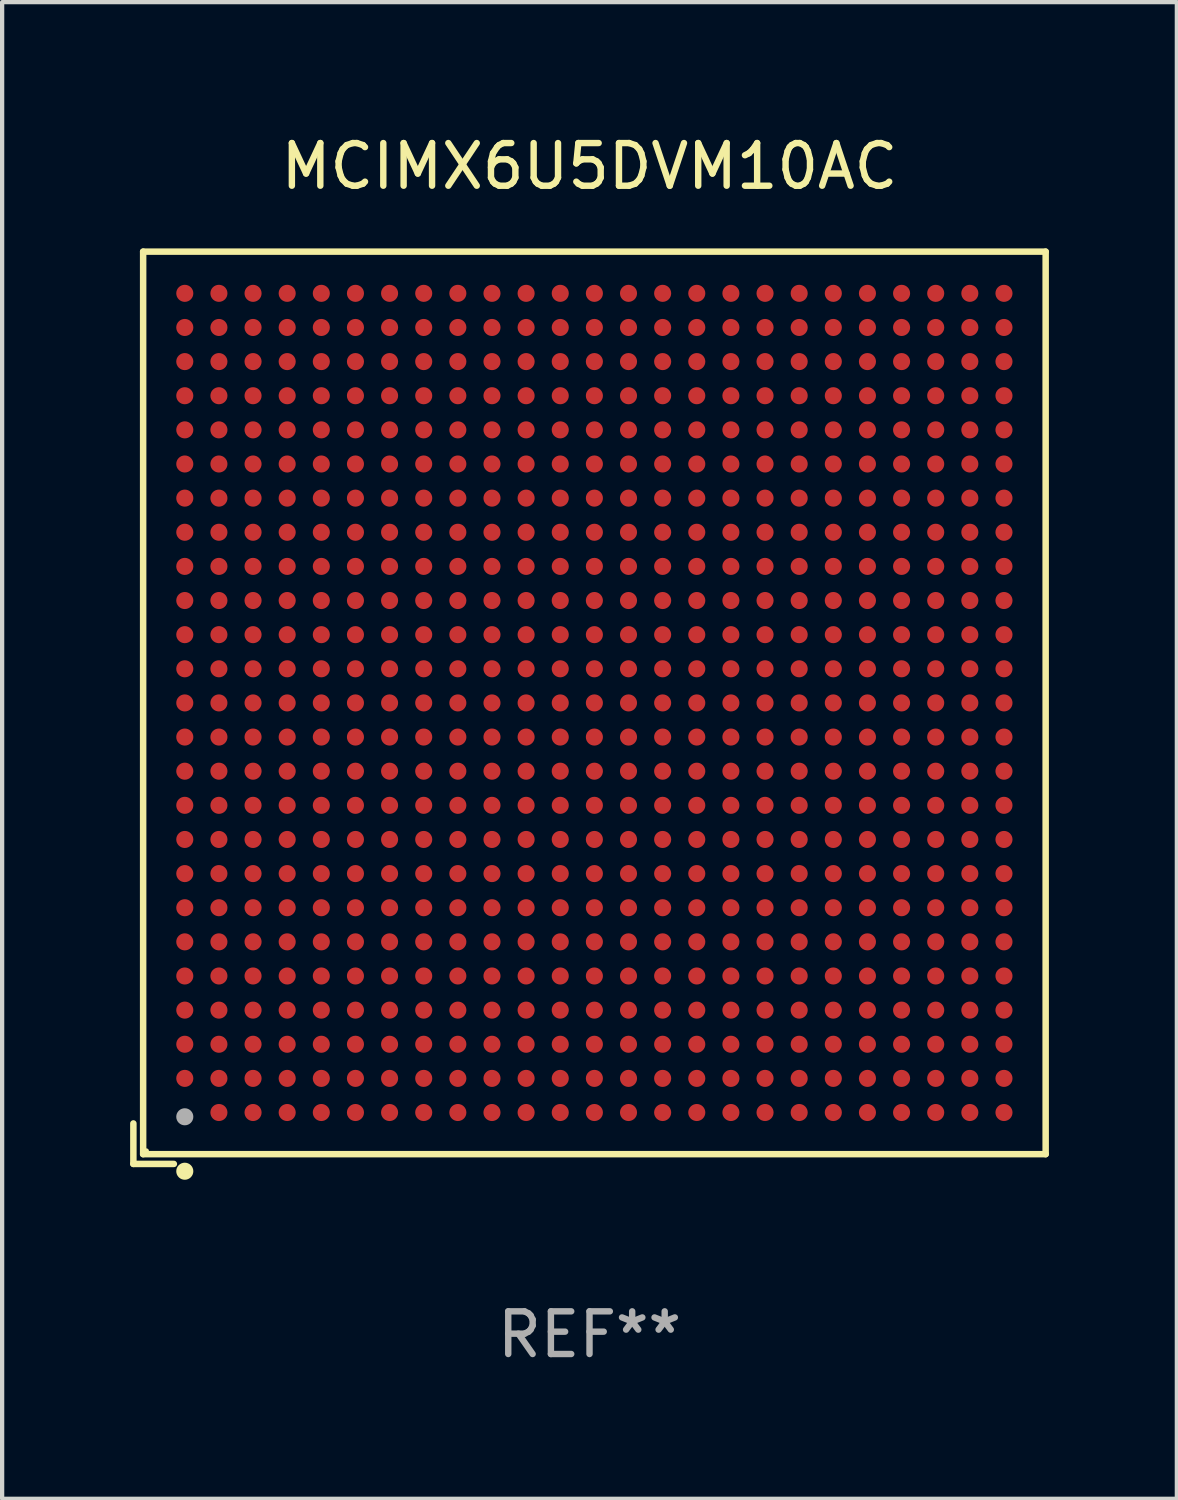
<source format=kicad_pcb>
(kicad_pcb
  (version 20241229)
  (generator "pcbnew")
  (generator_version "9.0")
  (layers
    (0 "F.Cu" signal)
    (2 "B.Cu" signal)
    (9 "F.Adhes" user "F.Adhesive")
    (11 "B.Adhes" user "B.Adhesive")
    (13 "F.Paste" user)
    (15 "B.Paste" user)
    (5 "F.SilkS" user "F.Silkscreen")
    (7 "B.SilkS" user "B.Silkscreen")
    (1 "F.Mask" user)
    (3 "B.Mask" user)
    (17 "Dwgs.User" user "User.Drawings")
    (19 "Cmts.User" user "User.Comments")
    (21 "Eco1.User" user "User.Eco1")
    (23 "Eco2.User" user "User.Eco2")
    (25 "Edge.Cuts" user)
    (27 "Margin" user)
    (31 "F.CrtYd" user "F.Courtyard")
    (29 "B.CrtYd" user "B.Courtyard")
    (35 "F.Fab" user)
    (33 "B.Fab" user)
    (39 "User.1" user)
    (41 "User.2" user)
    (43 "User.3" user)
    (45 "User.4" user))
  (footprint "MCIMX6U5DVM10AC"
    (layer "F.Cu")
    (at 10.767 13.539)
    (property "Reference" "MCIMX6U5DVM10AC" (at 0 -12.691 0) (layer "F.SilkS") (effects (font (size 1 1) (thickness 0.15))))
    (attr through_hole)
    (fp_line (start -10.691 9.742) (end -10.691 10.691) (stroke (width 0.152) (type solid)) (layer "F.SilkS"))
    (fp_line (start -10.691 10.691) (end -9.742 10.691) (stroke (width 0.152) (type solid)) (layer "F.SilkS"))
    (fp_line (start -10.462 -10.691) (end 10.691 -10.691) (stroke (width 0.152) (type solid)) (layer "F.SilkS"))
    (fp_line (start -10.462 10.462) (end -10.462 -10.691) (stroke (width 0.152) (type solid)) (layer "F.SilkS"))
    (fp_line (start 10.691 -10.691) (end 10.691 10.462) (stroke (width 0.152) (type solid)) (layer "F.SilkS"))
    (fp_line (start 10.691 10.462) (end -10.462 10.462) (stroke (width 0.152) (type solid)) (layer "F.SilkS"))
    (fp_circle (center -10.386 10.386) (end -10.356 10.386) (stroke (width 0.06) (type solid)) (fill no) (layer "F.SilkS"))
    (fp_circle (center -9.486 10.862) (end -9.386 10.862) (stroke (width 0.2) (type solid)) (fill no) (layer "F.SilkS"))
    (fp_circle (center -9.486 9.586) (end -9.386 9.586) (stroke (width 0.2) (type solid)) (fill no) (layer "F.Fab"))
    (fp_text user "REF**" (at 0 14.691 0) (layer "F.Fab") (effects (font (size 1 1) (thickness 0.15))))
    (pad "A2" smd circle (at -9.486 8.686) (size 0.4 0.4) (layers "F.Cu" "F.Mask" "F.Paste"))
    (pad "A3" smd circle (at -9.486 7.886) (size 0.4 0.4) (layers "F.Cu" "F.Mask" "F.Paste"))
    (pad "A4" smd circle (at -9.486 7.086) (size 0.4 0.4) (layers "F.Cu" "F.Mask" "F.Paste"))
    (pad "A5" smd circle (at -9.486 6.286) (size 0.4 0.4) (layers "F.Cu" "F.Mask" "F.Paste"))
    (pad "A6" smd circle (at -9.486 5.486) (size 0.4 0.4) (layers "F.Cu" "F.Mask" "F.Paste"))
    (pad "A7" smd circle (at -9.486 4.686) (size 0.4 0.4) (layers "F.Cu" "F.Mask" "F.Paste"))
    (pad "A8" smd circle (at -9.486 3.886) (size 0.4 0.4) (layers "F.Cu" "F.Mask" "F.Paste"))
    (pad "A9" smd circle (at -9.486 3.086) (size 0.4 0.4) (layers "F.Cu" "F.Mask" "F.Paste"))
    (pad "A10" smd circle (at -9.486 2.286) (size 0.4 0.4) (layers "F.Cu" "F.Mask" "F.Paste"))
    (pad "A11" smd circle (at -9.486 1.486) (size 0.4 0.4) (layers "F.Cu" "F.Mask" "F.Paste"))
    (pad "A12" smd circle (at -9.486 0.686) (size 0.4 0.4) (layers "F.Cu" "F.Mask" "F.Paste"))
    (pad "A13" smd circle (at -9.486 -0.114) (size 0.4 0.4) (layers "F.Cu" "F.Mask" "F.Paste"))
    (pad "A14" smd circle (at -9.486 -0.914) (size 0.4 0.4) (layers "F.Cu" "F.Mask" "F.Paste"))
    (pad "A15" smd circle (at -9.486 -1.714) (size 0.4 0.4) (layers "F.Cu" "F.Mask" "F.Paste"))
    (pad "A16" smd circle (at -9.486 -2.514) (size 0.4 0.4) (layers "F.Cu" "F.Mask" "F.Paste"))
    (pad "A17" smd circle (at -9.486 -3.314) (size 0.4 0.4) (layers "F.Cu" "F.Mask" "F.Paste"))
    (pad "A18" smd circle (at -9.486 -4.114) (size 0.4 0.4) (layers "F.Cu" "F.Mask" "F.Paste"))
    (pad "A19" smd circle (at -9.486 -4.914) (size 0.4 0.4) (layers "F.Cu" "F.Mask" "F.Paste"))
    (pad "A20" smd circle (at -9.486 -5.714) (size 0.4 0.4) (layers "F.Cu" "F.Mask" "F.Paste"))
    (pad "A21" smd circle (at -9.486 -6.514) (size 0.4 0.4) (layers "F.Cu" "F.Mask" "F.Paste"))
    (pad "A22" smd circle (at -9.486 -7.314) (size 0.4 0.4) (layers "F.Cu" "F.Mask" "F.Paste"))
    (pad "A23" smd circle (at -9.486 -8.114) (size 0.4 0.4) (layers "F.Cu" "F.Mask" "F.Paste"))
    (pad "A24" smd circle (at -9.486 -8.914) (size 0.4 0.4) (layers "F.Cu" "F.Mask" "F.Paste"))
    (pad "A25" smd circle (at -9.486 -9.714) (size 0.4 0.4) (layers "F.Cu" "F.Mask" "F.Paste"))
    (pad "AA1" smd circle (at 6.514 9.486) (size 0.4 0.4) (layers "F.Cu" "F.Mask" "F.Paste"))
    (pad "AA2" smd circle (at 6.514 8.686) (size 0.4 0.4) (layers "F.Cu" "F.Mask" "F.Paste"))
    (pad "AA3" smd circle (at 6.514 7.886) (size 0.4 0.4) (layers "F.Cu" "F.Mask" "F.Paste"))
    (pad "AA4" smd circle (at 6.514 7.086) (size 0.4 0.4) (layers "F.Cu" "F.Mask" "F.Paste"))
    (pad "AA5" smd circle (at 6.514 6.286) (size 0.4 0.4) (layers "F.Cu" "F.Mask" "F.Paste"))
    (pad "AA6" smd circle (at 6.514 5.486) (size 0.4 0.4) (layers "F.Cu" "F.Mask" "F.Paste"))
    (pad "AA7" smd circle (at 6.514 4.686) (size 0.4 0.4) (layers "F.Cu" "F.Mask" "F.Paste"))
    (pad "AA8" smd circle (at 6.514 3.886) (size 0.4 0.4) (layers "F.Cu" "F.Mask" "F.Paste"))
    (pad "AA9" smd circle (at 6.514 3.086) (size 0.4 0.4) (layers "F.Cu" "F.Mask" "F.Paste"))
    (pad "AA10" smd circle (at 6.514 2.286) (size 0.4 0.4) (layers "F.Cu" "F.Mask" "F.Paste"))
    (pad "AA11" smd circle (at 6.514 1.486) (size 0.4 0.4) (layers "F.Cu" "F.Mask" "F.Paste"))
    (pad "AA12" smd circle (at 6.514 0.686) (size 0.4 0.4) (layers "F.Cu" "F.Mask" "F.Paste"))
    (pad "AA13" smd circle (at 6.514 -0.114) (size 0.4 0.4) (layers "F.Cu" "F.Mask" "F.Paste"))
    (pad "AA14" smd circle (at 6.514 -0.914) (size 0.4 0.4) (layers "F.Cu" "F.Mask" "F.Paste"))
    (pad "AA15" smd circle (at 6.514 -1.714) (size 0.4 0.4) (layers "F.Cu" "F.Mask" "F.Paste"))
    (pad "AA16" smd circle (at 6.514 -2.514) (size 0.4 0.4) (layers "F.Cu" "F.Mask" "F.Paste"))
    (pad "AA17" smd circle (at 6.514 -3.314) (size 0.4 0.4) (layers "F.Cu" "F.Mask" "F.Paste"))
    (pad "AA18" smd circle (at 6.514 -4.114) (size 0.4 0.4) (layers "F.Cu" "F.Mask" "F.Paste"))
    (pad "AA19" smd circle (at 6.514 -4.914) (size 0.4 0.4) (layers "F.Cu" "F.Mask" "F.Paste"))
    (pad "AA20" smd circle (at 6.514 -5.714) (size 0.4 0.4) (layers "F.Cu" "F.Mask" "F.Paste"))
    (pad "AA21" smd circle (at 6.514 -6.514) (size 0.4 0.4) (layers "F.Cu" "F.Mask" "F.Paste"))
    (pad "AA22" smd circle (at 6.514 -7.314) (size 0.4 0.4) (layers "F.Cu" "F.Mask" "F.Paste"))
    (pad "AA23" smd circle (at 6.514 -8.114) (size 0.4 0.4) (layers "F.Cu" "F.Mask" "F.Paste"))
    (pad "AA24" smd circle (at 6.514 -8.914) (size 0.4 0.4) (layers "F.Cu" "F.Mask" "F.Paste"))
    (pad "AA25" smd circle (at 6.514 -9.714) (size 0.4 0.4) (layers "F.Cu" "F.Mask" "F.Paste"))
    (pad "AB1" smd circle (at 7.314 9.486) (size 0.4 0.4) (layers "F.Cu" "F.Mask" "F.Paste"))
    (pad "AB2" smd circle (at 7.314 8.686) (size 0.4 0.4) (layers "F.Cu" "F.Mask" "F.Paste"))
    (pad "AB3" smd circle (at 7.314 7.886) (size 0.4 0.4) (layers "F.Cu" "F.Mask" "F.Paste"))
    (pad "AB4" smd circle (at 7.314 7.086) (size 0.4 0.4) (layers "F.Cu" "F.Mask" "F.Paste"))
    (pad "AB5" smd circle (at 7.314 6.286) (size 0.4 0.4) (layers "F.Cu" "F.Mask" "F.Paste"))
    (pad "AB6" smd circle (at 7.314 5.486) (size 0.4 0.4) (layers "F.Cu" "F.Mask" "F.Paste"))
    (pad "AB7" smd circle (at 7.314 4.686) (size 0.4 0.4) (layers "F.Cu" "F.Mask" "F.Paste"))
    (pad "AB8" smd circle (at 7.314 3.886) (size 0.4 0.4) (layers "F.Cu" "F.Mask" "F.Paste"))
    (pad "AB9" smd circle (at 7.314 3.086) (size 0.4 0.4) (layers "F.Cu" "F.Mask" "F.Paste"))
    (pad "AB10" smd circle (at 7.314 2.286) (size 0.4 0.4) (layers "F.Cu" "F.Mask" "F.Paste"))
    (pad "AB11" smd circle (at 7.314 1.486) (size 0.4 0.4) (layers "F.Cu" "F.Mask" "F.Paste"))
    (pad "AB12" smd circle (at 7.314 0.686) (size 0.4 0.4) (layers "F.Cu" "F.Mask" "F.Paste"))
    (pad "AB13" smd circle (at 7.314 -0.114) (size 0.4 0.4) (layers "F.Cu" "F.Mask" "F.Paste"))
    (pad "AB14" smd circle (at 7.314 -0.914) (size 0.4 0.4) (layers "F.Cu" "F.Mask" "F.Paste"))
    (pad "AB15" smd circle (at 7.314 -1.714) (size 0.4 0.4) (layers "F.Cu" "F.Mask" "F.Paste"))
    (pad "AB16" smd circle (at 7.314 -2.514) (size 0.4 0.4) (layers "F.Cu" "F.Mask" "F.Paste"))
    (pad "AB17" smd circle (at 7.314 -3.314) (size 0.4 0.4) (layers "F.Cu" "F.Mask" "F.Paste"))
    (pad "AB18" smd circle (at 7.314 -4.114) (size 0.4 0.4) (layers "F.Cu" "F.Mask" "F.Paste"))
    (pad "AB19" smd circle (at 7.314 -4.914) (size 0.4 0.4) (layers "F.Cu" "F.Mask" "F.Paste"))
    (pad "AB20" smd circle (at 7.314 -5.714) (size 0.4 0.4) (layers "F.Cu" "F.Mask" "F.Paste"))
    (pad "AB21" smd circle (at 7.314 -6.514) (size 0.4 0.4) (layers "F.Cu" "F.Mask" "F.Paste"))
    (pad "AB22" smd circle (at 7.314 -7.314) (size 0.4 0.4) (layers "F.Cu" "F.Mask" "F.Paste"))
    (pad "AB23" smd circle (at 7.314 -8.114) (size 0.4 0.4) (layers "F.Cu" "F.Mask" "F.Paste"))
    (pad "AB24" smd circle (at 7.314 -8.914) (size 0.4 0.4) (layers "F.Cu" "F.Mask" "F.Paste"))
    (pad "AB25" smd circle (at 7.314 -9.714) (size 0.4 0.4) (layers "F.Cu" "F.Mask" "F.Paste"))
    (pad "AC1" smd circle (at 8.114 9.486) (size 0.4 0.4) (layers "F.Cu" "F.Mask" "F.Paste"))
    (pad "AC2" smd circle (at 8.114 8.686) (size 0.4 0.4) (layers "F.Cu" "F.Mask" "F.Paste"))
    (pad "AC3" smd circle (at 8.114 7.886) (size 0.4 0.4) (layers "F.Cu" "F.Mask" "F.Paste"))
    (pad "AC4" smd circle (at 8.114 7.086) (size 0.4 0.4) (layers "F.Cu" "F.Mask" "F.Paste"))
    (pad "AC5" smd circle (at 8.114 6.286) (size 0.4 0.4) (layers "F.Cu" "F.Mask" "F.Paste"))
    (pad "AC6" smd circle (at 8.114 5.486) (size 0.4 0.4) (layers "F.Cu" "F.Mask" "F.Paste"))
    (pad "AC7" smd circle (at 8.114 4.686) (size 0.4 0.4) (layers "F.Cu" "F.Mask" "F.Paste"))
    (pad "AC8" smd circle (at 8.114 3.886) (size 0.4 0.4) (layers "F.Cu" "F.Mask" "F.Paste"))
    (pad "AC9" smd circle (at 8.114 3.086) (size 0.4 0.4) (layers "F.Cu" "F.Mask" "F.Paste"))
    (pad "AC10" smd circle (at 8.114 2.286) (size 0.4 0.4) (layers "F.Cu" "F.Mask" "F.Paste"))
    (pad "AC11" smd circle (at 8.114 1.486) (size 0.4 0.4) (layers "F.Cu" "F.Mask" "F.Paste"))
    (pad "AC12" smd circle (at 8.114 0.686) (size 0.4 0.4) (layers "F.Cu" "F.Mask" "F.Paste"))
    (pad "AC13" smd circle (at 8.114 -0.114) (size 0.4 0.4) (layers "F.Cu" "F.Mask" "F.Paste"))
    (pad "AC14" smd circle (at 8.114 -0.914) (size 0.4 0.4) (layers "F.Cu" "F.Mask" "F.Paste"))
    (pad "AC15" smd circle (at 8.114 -1.714) (size 0.4 0.4) (layers "F.Cu" "F.Mask" "F.Paste"))
    (pad "AC16" smd circle (at 8.114 -2.514) (size 0.4 0.4) (layers "F.Cu" "F.Mask" "F.Paste"))
    (pad "AC17" smd circle (at 8.114 -3.314) (size 0.4 0.4) (layers "F.Cu" "F.Mask" "F.Paste"))
    (pad "AC18" smd circle (at 8.114 -4.114) (size 0.4 0.4) (layers "F.Cu" "F.Mask" "F.Paste"))
    (pad "AC19" smd circle (at 8.114 -4.914) (size 0.4 0.4) (layers "F.Cu" "F.Mask" "F.Paste"))
    (pad "AC20" smd circle (at 8.114 -5.714) (size 0.4 0.4) (layers "F.Cu" "F.Mask" "F.Paste"))
    (pad "AC21" smd circle (at 8.114 -6.514) (size 0.4 0.4) (layers "F.Cu" "F.Mask" "F.Paste"))
    (pad "AC22" smd circle (at 8.114 -7.314) (size 0.4 0.4) (layers "F.Cu" "F.Mask" "F.Paste"))
    (pad "AC23" smd circle (at 8.114 -8.114) (size 0.4 0.4) (layers "F.Cu" "F.Mask" "F.Paste"))
    (pad "AC24" smd circle (at 8.114 -8.914) (size 0.4 0.4) (layers "F.Cu" "F.Mask" "F.Paste"))
    (pad "AC25" smd circle (at 8.114 -9.714) (size 0.4 0.4) (layers "F.Cu" "F.Mask" "F.Paste"))
    (pad "AD1" smd circle (at 8.914 9.486) (size 0.4 0.4) (layers "F.Cu" "F.Mask" "F.Paste"))
    (pad "AD2" smd circle (at 8.914 8.686) (size 0.4 0.4) (layers "F.Cu" "F.Mask" "F.Paste"))
    (pad "AD3" smd circle (at 8.914 7.886) (size 0.4 0.4) (layers "F.Cu" "F.Mask" "F.Paste"))
    (pad "AD4" smd circle (at 8.914 7.086) (size 0.4 0.4) (layers "F.Cu" "F.Mask" "F.Paste"))
    (pad "AD5" smd circle (at 8.914 6.286) (size 0.4 0.4) (layers "F.Cu" "F.Mask" "F.Paste"))
    (pad "AD6" smd circle (at 8.914 5.486) (size 0.4 0.4) (layers "F.Cu" "F.Mask" "F.Paste"))
    (pad "AD7" smd circle (at 8.914 4.686) (size 0.4 0.4) (layers "F.Cu" "F.Mask" "F.Paste"))
    (pad "AD8" smd circle (at 8.914 3.886) (size 0.4 0.4) (layers "F.Cu" "F.Mask" "F.Paste"))
    (pad "AD9" smd circle (at 8.914 3.086) (size 0.4 0.4) (layers "F.Cu" "F.Mask" "F.Paste"))
    (pad "AD10" smd circle (at 8.914 2.286) (size 0.4 0.4) (layers "F.Cu" "F.Mask" "F.Paste"))
    (pad "AD11" smd circle (at 8.914 1.486) (size 0.4 0.4) (layers "F.Cu" "F.Mask" "F.Paste"))
    (pad "AD12" smd circle (at 8.914 0.686) (size 0.4 0.4) (layers "F.Cu" "F.Mask" "F.Paste"))
    (pad "AD13" smd circle (at 8.914 -0.114) (size 0.4 0.4) (layers "F.Cu" "F.Mask" "F.Paste"))
    (pad "AD14" smd circle (at 8.914 -0.914) (size 0.4 0.4) (layers "F.Cu" "F.Mask" "F.Paste"))
    (pad "AD15" smd circle (at 8.914 -1.714) (size 0.4 0.4) (layers "F.Cu" "F.Mask" "F.Paste"))
    (pad "AD16" smd circle (at 8.914 -2.514) (size 0.4 0.4) (layers "F.Cu" "F.Mask" "F.Paste"))
    (pad "AD17" smd circle (at 8.914 -3.314) (size 0.4 0.4) (layers "F.Cu" "F.Mask" "F.Paste"))
    (pad "AD18" smd circle (at 8.914 -4.114) (size 0.4 0.4) (layers "F.Cu" "F.Mask" "F.Paste"))
    (pad "AD19" smd circle (at 8.914 -4.914) (size 0.4 0.4) (layers "F.Cu" "F.Mask" "F.Paste"))
    (pad "AD20" smd circle (at 8.914 -5.714) (size 0.4 0.4) (layers "F.Cu" "F.Mask" "F.Paste"))
    (pad "AD21" smd circle (at 8.914 -6.514) (size 0.4 0.4) (layers "F.Cu" "F.Mask" "F.Paste"))
    (pad "AD22" smd circle (at 8.914 -7.314) (size 0.4 0.4) (layers "F.Cu" "F.Mask" "F.Paste"))
    (pad "AD23" smd circle (at 8.914 -8.114) (size 0.4 0.4) (layers "F.Cu" "F.Mask" "F.Paste"))
    (pad "AD24" smd circle (at 8.914 -8.914) (size 0.4 0.4) (layers "F.Cu" "F.Mask" "F.Paste"))
    (pad "AD25" smd circle (at 8.914 -9.714) (size 0.4 0.4) (layers "F.Cu" "F.Mask" "F.Paste"))
    (pad "AE1" smd circle (at 9.714 9.486) (size 0.4 0.4) (layers "F.Cu" "F.Mask" "F.Paste"))
    (pad "AE2" smd circle (at 9.714 8.686) (size 0.4 0.4) (layers "F.Cu" "F.Mask" "F.Paste"))
    (pad "AE3" smd circle (at 9.714 7.886) (size 0.4 0.4) (layers "F.Cu" "F.Mask" "F.Paste"))
    (pad "AE4" smd circle (at 9.714 7.086) (size 0.4 0.4) (layers "F.Cu" "F.Mask" "F.Paste"))
    (pad "AE5" smd circle (at 9.714 6.286) (size 0.4 0.4) (layers "F.Cu" "F.Mask" "F.Paste"))
    (pad "AE6" smd circle (at 9.714 5.486) (size 0.4 0.4) (layers "F.Cu" "F.Mask" "F.Paste"))
    (pad "AE7" smd circle (at 9.714 4.686) (size 0.4 0.4) (layers "F.Cu" "F.Mask" "F.Paste"))
    (pad "AE8" smd circle (at 9.714 3.886) (size 0.4 0.4) (layers "F.Cu" "F.Mask" "F.Paste"))
    (pad "AE9" smd circle (at 9.714 3.086) (size 0.4 0.4) (layers "F.Cu" "F.Mask" "F.Paste"))
    (pad "AE10" smd circle (at 9.714 2.286) (size 0.4 0.4) (layers "F.Cu" "F.Mask" "F.Paste"))
    (pad "AE11" smd circle (at 9.714 1.486) (size 0.4 0.4) (layers "F.Cu" "F.Mask" "F.Paste"))
    (pad "AE12" smd circle (at 9.714 0.686) (size 0.4 0.4) (layers "F.Cu" "F.Mask" "F.Paste"))
    (pad "AE13" smd circle (at 9.714 -0.114) (size 0.4 0.4) (layers "F.Cu" "F.Mask" "F.Paste"))
    (pad "AE14" smd circle (at 9.714 -0.914) (size 0.4 0.4) (layers "F.Cu" "F.Mask" "F.Paste"))
    (pad "AE15" smd circle (at 9.714 -1.714) (size 0.4 0.4) (layers "F.Cu" "F.Mask" "F.Paste"))
    (pad "AE16" smd circle (at 9.714 -2.514) (size 0.4 0.4) (layers "F.Cu" "F.Mask" "F.Paste"))
    (pad "AE17" smd circle (at 9.714 -3.314) (size 0.4 0.4) (layers "F.Cu" "F.Mask" "F.Paste"))
    (pad "AE18" smd circle (at 9.714 -4.114) (size 0.4 0.4) (layers "F.Cu" "F.Mask" "F.Paste"))
    (pad "AE19" smd circle (at 9.714 -4.914) (size 0.4 0.4) (layers "F.Cu" "F.Mask" "F.Paste"))
    (pad "AE20" smd circle (at 9.714 -5.714) (size 0.4 0.4) (layers "F.Cu" "F.Mask" "F.Paste"))
    (pad "AE21" smd circle (at 9.714 -6.514) (size 0.4 0.4) (layers "F.Cu" "F.Mask" "F.Paste"))
    (pad "AE22" smd circle (at 9.714 -7.314) (size 0.4 0.4) (layers "F.Cu" "F.Mask" "F.Paste"))
    (pad "AE23" smd circle (at 9.714 -8.114) (size 0.4 0.4) (layers "F.Cu" "F.Mask" "F.Paste"))
    (pad "AE24" smd circle (at 9.714 -8.914) (size 0.4 0.4) (layers "F.Cu" "F.Mask" "F.Paste"))
    (pad "AE25" smd circle (at 9.714 -9.714) (size 0.4 0.4) (layers "F.Cu" "F.Mask" "F.Paste"))
    (pad "B1" smd circle (at -8.686 9.486) (size 0.4 0.4) (layers "F.Cu" "F.Mask" "F.Paste"))
    (pad "B2" smd circle (at -8.686 8.686) (size 0.4 0.4) (layers "F.Cu" "F.Mask" "F.Paste"))
    (pad "B3" smd circle (at -8.686 7.886) (size 0.4 0.4) (layers "F.Cu" "F.Mask" "F.Paste"))
    (pad "B4" smd circle (at -8.686 7.086) (size 0.4 0.4) (layers "F.Cu" "F.Mask" "F.Paste"))
    (pad "B5" smd circle (at -8.686 6.286) (size 0.4 0.4) (layers "F.Cu" "F.Mask" "F.Paste"))
    (pad "B6" smd circle (at -8.686 5.486) (size 0.4 0.4) (layers "F.Cu" "F.Mask" "F.Paste"))
    (pad "B7" smd circle (at -8.686 4.686) (size 0.4 0.4) (layers "F.Cu" "F.Mask" "F.Paste"))
    (pad "B8" smd circle (at -8.686 3.886) (size 0.4 0.4) (layers "F.Cu" "F.Mask" "F.Paste"))
    (pad "B9" smd circle (at -8.686 3.086) (size 0.4 0.4) (layers "F.Cu" "F.Mask" "F.Paste"))
    (pad "B10" smd circle (at -8.686 2.286) (size 0.4 0.4) (layers "F.Cu" "F.Mask" "F.Paste"))
    (pad "B11" smd circle (at -8.686 1.486) (size 0.4 0.4) (layers "F.Cu" "F.Mask" "F.Paste"))
    (pad "B12" smd circle (at -8.686 0.686) (size 0.4 0.4) (layers "F.Cu" "F.Mask" "F.Paste"))
    (pad "B13" smd circle (at -8.686 -0.114) (size 0.4 0.4) (layers "F.Cu" "F.Mask" "F.Paste"))
    (pad "B14" smd circle (at -8.686 -0.914) (size 0.4 0.4) (layers "F.Cu" "F.Mask" "F.Paste"))
    (pad "B15" smd circle (at -8.686 -1.714) (size 0.4 0.4) (layers "F.Cu" "F.Mask" "F.Paste"))
    (pad "B16" smd circle (at -8.686 -2.514) (size 0.4 0.4) (layers "F.Cu" "F.Mask" "F.Paste"))
    (pad "B17" smd circle (at -8.686 -3.314) (size 0.4 0.4) (layers "F.Cu" "F.Mask" "F.Paste"))
    (pad "B18" smd circle (at -8.686 -4.114) (size 0.4 0.4) (layers "F.Cu" "F.Mask" "F.Paste"))
    (pad "B19" smd circle (at -8.686 -4.914) (size 0.4 0.4) (layers "F.Cu" "F.Mask" "F.Paste"))
    (pad "B20" smd circle (at -8.686 -5.714) (size 0.4 0.4) (layers "F.Cu" "F.Mask" "F.Paste"))
    (pad "B21" smd circle (at -8.686 -6.514) (size 0.4 0.4) (layers "F.Cu" "F.Mask" "F.Paste"))
    (pad "B22" smd circle (at -8.686 -7.314) (size 0.4 0.4) (layers "F.Cu" "F.Mask" "F.Paste"))
    (pad "B23" smd circle (at -8.686 -8.114) (size 0.4 0.4) (layers "F.Cu" "F.Mask" "F.Paste"))
    (pad "B24" smd circle (at -8.686 -8.914) (size 0.4 0.4) (layers "F.Cu" "F.Mask" "F.Paste"))
    (pad "B25" smd circle (at -8.686 -9.714) (size 0.4 0.4) (layers "F.Cu" "F.Mask" "F.Paste"))
    (pad "C1" smd circle (at -7.886 9.486) (size 0.4 0.4) (layers "F.Cu" "F.Mask" "F.Paste"))
    (pad "C2" smd circle (at -7.886 8.686) (size 0.4 0.4) (layers "F.Cu" "F.Mask" "F.Paste"))
    (pad "C3" smd circle (at -7.886 7.886) (size 0.4 0.4) (layers "F.Cu" "F.Mask" "F.Paste"))
    (pad "C4" smd circle (at -7.886 7.086) (size 0.4 0.4) (layers "F.Cu" "F.Mask" "F.Paste"))
    (pad "C5" smd circle (at -7.886 6.286) (size 0.4 0.4) (layers "F.Cu" "F.Mask" "F.Paste"))
    (pad "C6" smd circle (at -7.886 5.486) (size 0.4 0.4) (layers "F.Cu" "F.Mask" "F.Paste"))
    (pad "C7" smd circle (at -7.886 4.686) (size 0.4 0.4) (layers "F.Cu" "F.Mask" "F.Paste"))
    (pad "C8" smd circle (at -7.886 3.886) (size 0.4 0.4) (layers "F.Cu" "F.Mask" "F.Paste"))
    (pad "C9" smd circle (at -7.886 3.086) (size 0.4 0.4) (layers "F.Cu" "F.Mask" "F.Paste"))
    (pad "C10" smd circle (at -7.886 2.286) (size 0.4 0.4) (layers "F.Cu" "F.Mask" "F.Paste"))
    (pad "C11" smd circle (at -7.886 1.486) (size 0.4 0.4) (layers "F.Cu" "F.Mask" "F.Paste"))
    (pad "C12" smd circle (at -7.886 0.686) (size 0.4 0.4) (layers "F.Cu" "F.Mask" "F.Paste"))
    (pad "C13" smd circle (at -7.886 -0.114) (size 0.4 0.4) (layers "F.Cu" "F.Mask" "F.Paste"))
    (pad "C14" smd circle (at -7.886 -0.914) (size 0.4 0.4) (layers "F.Cu" "F.Mask" "F.Paste"))
    (pad "C15" smd circle (at -7.886 -1.714) (size 0.4 0.4) (layers "F.Cu" "F.Mask" "F.Paste"))
    (pad "C16" smd circle (at -7.886 -2.514) (size 0.4 0.4) (layers "F.Cu" "F.Mask" "F.Paste"))
    (pad "C17" smd circle (at -7.886 -3.314) (size 0.4 0.4) (layers "F.Cu" "F.Mask" "F.Paste"))
    (pad "C18" smd circle (at -7.886 -4.114) (size 0.4 0.4) (layers "F.Cu" "F.Mask" "F.Paste"))
    (pad "C19" smd circle (at -7.886 -4.914) (size 0.4 0.4) (layers "F.Cu" "F.Mask" "F.Paste"))
    (pad "C20" smd circle (at -7.886 -5.714) (size 0.4 0.4) (layers "F.Cu" "F.Mask" "F.Paste"))
    (pad "C21" smd circle (at -7.886 -6.514) (size 0.4 0.4) (layers "F.Cu" "F.Mask" "F.Paste"))
    (pad "C22" smd circle (at -7.886 -7.314) (size 0.4 0.4) (layers "F.Cu" "F.Mask" "F.Paste"))
    (pad "C23" smd circle (at -7.886 -8.114) (size 0.4 0.4) (layers "F.Cu" "F.Mask" "F.Paste"))
    (pad "C24" smd circle (at -7.886 -8.914) (size 0.4 0.4) (layers "F.Cu" "F.Mask" "F.Paste"))
    (pad "C25" smd circle (at -7.886 -9.714) (size 0.4 0.4) (layers "F.Cu" "F.Mask" "F.Paste"))
    (pad "D1" smd circle (at -7.086 9.486) (size 0.4 0.4) (layers "F.Cu" "F.Mask" "F.Paste"))
    (pad "D2" smd circle (at -7.086 8.686) (size 0.4 0.4) (layers "F.Cu" "F.Mask" "F.Paste"))
    (pad "D3" smd circle (at -7.086 7.886) (size 0.4 0.4) (layers "F.Cu" "F.Mask" "F.Paste"))
    (pad "D4" smd circle (at -7.086 7.086) (size 0.4 0.4) (layers "F.Cu" "F.Mask" "F.Paste"))
    (pad "D5" smd circle (at -7.086 6.286) (size 0.4 0.4) (layers "F.Cu" "F.Mask" "F.Paste"))
    (pad "D6" smd circle (at -7.086 5.486) (size 0.4 0.4) (layers "F.Cu" "F.Mask" "F.Paste"))
    (pad "D7" smd circle (at -7.086 4.686) (size 0.4 0.4) (layers "F.Cu" "F.Mask" "F.Paste"))
    (pad "D8" smd circle (at -7.086 3.886) (size 0.4 0.4) (layers "F.Cu" "F.Mask" "F.Paste"))
    (pad "D9" smd circle (at -7.086 3.086) (size 0.4 0.4) (layers "F.Cu" "F.Mask" "F.Paste"))
    (pad "D10" smd circle (at -7.086 2.286) (size 0.4 0.4) (layers "F.Cu" "F.Mask" "F.Paste"))
    (pad "D11" smd circle (at -7.086 1.486) (size 0.4 0.4) (layers "F.Cu" "F.Mask" "F.Paste"))
    (pad "D12" smd circle (at -7.086 0.686) (size 0.4 0.4) (layers "F.Cu" "F.Mask" "F.Paste"))
    (pad "D13" smd circle (at -7.086 -0.114) (size 0.4 0.4) (layers "F.Cu" "F.Mask" "F.Paste"))
    (pad "D14" smd circle (at -7.086 -0.914) (size 0.4 0.4) (layers "F.Cu" "F.Mask" "F.Paste"))
    (pad "D15" smd circle (at -7.086 -1.714) (size 0.4 0.4) (layers "F.Cu" "F.Mask" "F.Paste"))
    (pad "D16" smd circle (at -7.086 -2.514) (size 0.4 0.4) (layers "F.Cu" "F.Mask" "F.Paste"))
    (pad "D17" smd circle (at -7.086 -3.314) (size 0.4 0.4) (layers "F.Cu" "F.Mask" "F.Paste"))
    (pad "D18" smd circle (at -7.086 -4.114) (size 0.4 0.4) (layers "F.Cu" "F.Mask" "F.Paste"))
    (pad "D19" smd circle (at -7.086 -4.914) (size 0.4 0.4) (layers "F.Cu" "F.Mask" "F.Paste"))
    (pad "D20" smd circle (at -7.086 -5.714) (size 0.4 0.4) (layers "F.Cu" "F.Mask" "F.Paste"))
    (pad "D21" smd circle (at -7.086 -6.514) (size 0.4 0.4) (layers "F.Cu" "F.Mask" "F.Paste"))
    (pad "D22" smd circle (at -7.086 -7.314) (size 0.4 0.4) (layers "F.Cu" "F.Mask" "F.Paste"))
    (pad "D23" smd circle (at -7.086 -8.114) (size 0.4 0.4) (layers "F.Cu" "F.Mask" "F.Paste"))
    (pad "D24" smd circle (at -7.086 -8.914) (size 0.4 0.4) (layers "F.Cu" "F.Mask" "F.Paste"))
    (pad "D25" smd circle (at -7.086 -9.714) (size 0.4 0.4) (layers "F.Cu" "F.Mask" "F.Paste"))
    (pad "E1" smd circle (at -6.286 9.486) (size 0.4 0.4) (layers "F.Cu" "F.Mask" "F.Paste"))
    (pad "E2" smd circle (at -6.286 8.686) (size 0.4 0.4) (layers "F.Cu" "F.Mask" "F.Paste"))
    (pad "E3" smd circle (at -6.286 7.886) (size 0.4 0.4) (layers "F.Cu" "F.Mask" "F.Paste"))
    (pad "E4" smd circle (at -6.286 7.086) (size 0.4 0.4) (layers "F.Cu" "F.Mask" "F.Paste"))
    (pad "E5" smd circle (at -6.286 6.286) (size 0.4 0.4) (layers "F.Cu" "F.Mask" "F.Paste"))
    (pad "E6" smd circle (at -6.286 5.486) (size 0.4 0.4) (layers "F.Cu" "F.Mask" "F.Paste"))
    (pad "E7" smd circle (at -6.286 4.686) (size 0.4 0.4) (layers "F.Cu" "F.Mask" "F.Paste"))
    (pad "E8" smd circle (at -6.286 3.886) (size 0.4 0.4) (layers "F.Cu" "F.Mask" "F.Paste"))
    (pad "E9" smd circle (at -6.286 3.086) (size 0.4 0.4) (layers "F.Cu" "F.Mask" "F.Paste"))
    (pad "E10" smd circle (at -6.286 2.286) (size 0.4 0.4) (layers "F.Cu" "F.Mask" "F.Paste"))
    (pad "E11" smd circle (at -6.286 1.486) (size 0.4 0.4) (layers "F.Cu" "F.Mask" "F.Paste"))
    (pad "E12" smd circle (at -6.286 0.686) (size 0.4 0.4) (layers "F.Cu" "F.Mask" "F.Paste"))
    (pad "E13" smd circle (at -6.286 -0.114) (size 0.4 0.4) (layers "F.Cu" "F.Mask" "F.Paste"))
    (pad "E14" smd circle (at -6.286 -0.914) (size 0.4 0.4) (layers "F.Cu" "F.Mask" "F.Paste"))
    (pad "E15" smd circle (at -6.286 -1.714) (size 0.4 0.4) (layers "F.Cu" "F.Mask" "F.Paste"))
    (pad "E16" smd circle (at -6.286 -2.514) (size 0.4 0.4) (layers "F.Cu" "F.Mask" "F.Paste"))
    (pad "E17" smd circle (at -6.286 -3.314) (size 0.4 0.4) (layers "F.Cu" "F.Mask" "F.Paste"))
    (pad "E18" smd circle (at -6.286 -4.114) (size 0.4 0.4) (layers "F.Cu" "F.Mask" "F.Paste"))
    (pad "E19" smd circle (at -6.286 -4.914) (size 0.4 0.4) (layers "F.Cu" "F.Mask" "F.Paste"))
    (pad "E20" smd circle (at -6.286 -5.714) (size 0.4 0.4) (layers "F.Cu" "F.Mask" "F.Paste"))
    (pad "E21" smd circle (at -6.286 -6.514) (size 0.4 0.4) (layers "F.Cu" "F.Mask" "F.Paste"))
    (pad "E22" smd circle (at -6.286 -7.314) (size 0.4 0.4) (layers "F.Cu" "F.Mask" "F.Paste"))
    (pad "E23" smd circle (at -6.286 -8.114) (size 0.4 0.4) (layers "F.Cu" "F.Mask" "F.Paste"))
    (pad "E24" smd circle (at -6.286 -8.914) (size 0.4 0.4) (layers "F.Cu" "F.Mask" "F.Paste"))
    (pad "E25" smd circle (at -6.286 -9.714) (size 0.4 0.4) (layers "F.Cu" "F.Mask" "F.Paste"))
    (pad "F1" smd circle (at -5.486 9.486) (size 0.4 0.4) (layers "F.Cu" "F.Mask" "F.Paste"))
    (pad "F2" smd circle (at -5.486 8.686) (size 0.4 0.4) (layers "F.Cu" "F.Mask" "F.Paste"))
    (pad "F3" smd circle (at -5.486 7.886) (size 0.4 0.4) (layers "F.Cu" "F.Mask" "F.Paste"))
    (pad "F4" smd circle (at -5.486 7.086) (size 0.4 0.4) (layers "F.Cu" "F.Mask" "F.Paste"))
    (pad "F5" smd circle (at -5.486 6.286) (size 0.4 0.4) (layers "F.Cu" "F.Mask" "F.Paste"))
    (pad "F6" smd circle (at -5.486 5.486) (size 0.4 0.4) (layers "F.Cu" "F.Mask" "F.Paste"))
    (pad "F7" smd circle (at -5.486 4.686) (size 0.4 0.4) (layers "F.Cu" "F.Mask" "F.Paste"))
    (pad "F8" smd circle (at -5.486 3.886) (size 0.4 0.4) (layers "F.Cu" "F.Mask" "F.Paste"))
    (pad "F9" smd circle (at -5.486 3.086) (size 0.4 0.4) (layers "F.Cu" "F.Mask" "F.Paste"))
    (pad "F10" smd circle (at -5.486 2.286) (size 0.4 0.4) (layers "F.Cu" "F.Mask" "F.Paste"))
    (pad "F11" smd circle (at -5.486 1.486) (size 0.4 0.4) (layers "F.Cu" "F.Mask" "F.Paste"))
    (pad "F12" smd circle (at -5.486 0.686) (size 0.4 0.4) (layers "F.Cu" "F.Mask" "F.Paste"))
    (pad "F13" smd circle (at -5.486 -0.114) (size 0.4 0.4) (layers "F.Cu" "F.Mask" "F.Paste"))
    (pad "F14" smd circle (at -5.486 -0.914) (size 0.4 0.4) (layers "F.Cu" "F.Mask" "F.Paste"))
    (pad "F15" smd circle (at -5.486 -1.714) (size 0.4 0.4) (layers "F.Cu" "F.Mask" "F.Paste"))
    (pad "F16" smd circle (at -5.486 -2.514) (size 0.4 0.4) (layers "F.Cu" "F.Mask" "F.Paste"))
    (pad "F17" smd circle (at -5.486 -3.314) (size 0.4 0.4) (layers "F.Cu" "F.Mask" "F.Paste"))
    (pad "F18" smd circle (at -5.486 -4.114) (size 0.4 0.4) (layers "F.Cu" "F.Mask" "F.Paste"))
    (pad "F19" smd circle (at -5.486 -4.914) (size 0.4 0.4) (layers "F.Cu" "F.Mask" "F.Paste"))
    (pad "F20" smd circle (at -5.486 -5.714) (size 0.4 0.4) (layers "F.Cu" "F.Mask" "F.Paste"))
    (pad "F21" smd circle (at -5.486 -6.514) (size 0.4 0.4) (layers "F.Cu" "F.Mask" "F.Paste"))
    (pad "F22" smd circle (at -5.486 -7.314) (size 0.4 0.4) (layers "F.Cu" "F.Mask" "F.Paste"))
    (pad "F23" smd circle (at -5.486 -8.114) (size 0.4 0.4) (layers "F.Cu" "F.Mask" "F.Paste"))
    (pad "F24" smd circle (at -5.486 -8.914) (size 0.4 0.4) (layers "F.Cu" "F.Mask" "F.Paste"))
    (pad "F25" smd circle (at -5.486 -9.714) (size 0.4 0.4) (layers "F.Cu" "F.Mask" "F.Paste"))
    (pad "G1" smd circle (at -4.686 9.486) (size 0.4 0.4) (layers "F.Cu" "F.Mask" "F.Paste"))
    (pad "G2" smd circle (at -4.686 8.686) (size 0.4 0.4) (layers "F.Cu" "F.Mask" "F.Paste"))
    (pad "G3" smd circle (at -4.686 7.886) (size 0.4 0.4) (layers "F.Cu" "F.Mask" "F.Paste"))
    (pad "G4" smd circle (at -4.686 7.086) (size 0.4 0.4) (layers "F.Cu" "F.Mask" "F.Paste"))
    (pad "G5" smd circle (at -4.686 6.286) (size 0.4 0.4) (layers "F.Cu" "F.Mask" "F.Paste"))
    (pad "G6" smd circle (at -4.686 5.486) (size 0.4 0.4) (layers "F.Cu" "F.Mask" "F.Paste"))
    (pad "G7" smd circle (at -4.686 4.686) (size 0.4 0.4) (layers "F.Cu" "F.Mask" "F.Paste"))
    (pad "G8" smd circle (at -4.686 3.886) (size 0.4 0.4) (layers "F.Cu" "F.Mask" "F.Paste"))
    (pad "G9" smd circle (at -4.686 3.086) (size 0.4 0.4) (layers "F.Cu" "F.Mask" "F.Paste"))
    (pad "G10" smd circle (at -4.686 2.286) (size 0.4 0.4) (layers "F.Cu" "F.Mask" "F.Paste"))
    (pad "G11" smd circle (at -4.686 1.486) (size 0.4 0.4) (layers "F.Cu" "F.Mask" "F.Paste"))
    (pad "G12" smd circle (at -4.686 0.686) (size 0.4 0.4) (layers "F.Cu" "F.Mask" "F.Paste"))
    (pad "G13" smd circle (at -4.686 -0.114) (size 0.4 0.4) (layers "F.Cu" "F.Mask" "F.Paste"))
    (pad "G14" smd circle (at -4.686 -0.914) (size 0.4 0.4) (layers "F.Cu" "F.Mask" "F.Paste"))
    (pad "G15" smd circle (at -4.686 -1.714) (size 0.4 0.4) (layers "F.Cu" "F.Mask" "F.Paste"))
    (pad "G16" smd circle (at -4.686 -2.514) (size 0.4 0.4) (layers "F.Cu" "F.Mask" "F.Paste"))
    (pad "G17" smd circle (at -4.686 -3.314) (size 0.4 0.4) (layers "F.Cu" "F.Mask" "F.Paste"))
    (pad "G18" smd circle (at -4.686 -4.114) (size 0.4 0.4) (layers "F.Cu" "F.Mask" "F.Paste"))
    (pad "G19" smd circle (at -4.686 -4.914) (size 0.4 0.4) (layers "F.Cu" "F.Mask" "F.Paste"))
    (pad "G20" smd circle (at -4.686 -5.714) (size 0.4 0.4) (layers "F.Cu" "F.Mask" "F.Paste"))
    (pad "G21" smd circle (at -4.686 -6.514) (size 0.4 0.4) (layers "F.Cu" "F.Mask" "F.Paste"))
    (pad "G22" smd circle (at -4.686 -7.314) (size 0.4 0.4) (layers "F.Cu" "F.Mask" "F.Paste"))
    (pad "G23" smd circle (at -4.686 -8.114) (size 0.4 0.4) (layers "F.Cu" "F.Mask" "F.Paste"))
    (pad "G24" smd circle (at -4.686 -8.914) (size 0.4 0.4) (layers "F.Cu" "F.Mask" "F.Paste"))
    (pad "G25" smd circle (at -4.686 -9.714) (size 0.4 0.4) (layers "F.Cu" "F.Mask" "F.Paste"))
    (pad "H1" smd circle (at -3.886 9.486) (size 0.4 0.4) (layers "F.Cu" "F.Mask" "F.Paste"))
    (pad "H2" smd circle (at -3.886 8.686) (size 0.4 0.4) (layers "F.Cu" "F.Mask" "F.Paste"))
    (pad "H3" smd circle (at -3.886 7.886) (size 0.4 0.4) (layers "F.Cu" "F.Mask" "F.Paste"))
    (pad "H4" smd circle (at -3.886 7.086) (size 0.4 0.4) (layers "F.Cu" "F.Mask" "F.Paste"))
    (pad "H5" smd circle (at -3.886 6.286) (size 0.4 0.4) (layers "F.Cu" "F.Mask" "F.Paste"))
    (pad "H6" smd circle (at -3.886 5.486) (size 0.4 0.4) (layers "F.Cu" "F.Mask" "F.Paste"))
    (pad "H7" smd circle (at -3.886 4.686) (size 0.4 0.4) (layers "F.Cu" "F.Mask" "F.Paste"))
    (pad "H8" smd circle (at -3.886 3.886) (size 0.4 0.4) (layers "F.Cu" "F.Mask" "F.Paste"))
    (pad "H9" smd circle (at -3.886 3.086) (size 0.4 0.4) (layers "F.Cu" "F.Mask" "F.Paste"))
    (pad "H10" smd circle (at -3.886 2.286) (size 0.4 0.4) (layers "F.Cu" "F.Mask" "F.Paste"))
    (pad "H11" smd circle (at -3.886 1.486) (size 0.4 0.4) (layers "F.Cu" "F.Mask" "F.Paste"))
    (pad "H12" smd circle (at -3.886 0.686) (size 0.4 0.4) (layers "F.Cu" "F.Mask" "F.Paste"))
    (pad "H13" smd circle (at -3.886 -0.114) (size 0.4 0.4) (layers "F.Cu" "F.Mask" "F.Paste"))
    (pad "H14" smd circle (at -3.886 -0.914) (size 0.4 0.4) (layers "F.Cu" "F.Mask" "F.Paste"))
    (pad "H15" smd circle (at -3.886 -1.714) (size 0.4 0.4) (layers "F.Cu" "F.Mask" "F.Paste"))
    (pad "H16" smd circle (at -3.886 -2.514) (size 0.4 0.4) (layers "F.Cu" "F.Mask" "F.Paste"))
    (pad "H17" smd circle (at -3.886 -3.314) (size 0.4 0.4) (layers "F.Cu" "F.Mask" "F.Paste"))
    (pad "H18" smd circle (at -3.886 -4.114) (size 0.4 0.4) (layers "F.Cu" "F.Mask" "F.Paste"))
    (pad "H19" smd circle (at -3.886 -4.914) (size 0.4 0.4) (layers "F.Cu" "F.Mask" "F.Paste"))
    (pad "H20" smd circle (at -3.886 -5.714) (size 0.4 0.4) (layers "F.Cu" "F.Mask" "F.Paste"))
    (pad "H21" smd circle (at -3.886 -6.514) (size 0.4 0.4) (layers "F.Cu" "F.Mask" "F.Paste"))
    (pad "H22" smd circle (at -3.886 -7.314) (size 0.4 0.4) (layers "F.Cu" "F.Mask" "F.Paste"))
    (pad "H23" smd circle (at -3.886 -8.114) (size 0.4 0.4) (layers "F.Cu" "F.Mask" "F.Paste"))
    (pad "H24" smd circle (at -3.886 -8.914) (size 0.4 0.4) (layers "F.Cu" "F.Mask" "F.Paste"))
    (pad "H25" smd circle (at -3.886 -9.714) (size 0.4 0.4) (layers "F.Cu" "F.Mask" "F.Paste"))
    (pad "J1" smd circle (at -3.086 9.486) (size 0.4 0.4) (layers "F.Cu" "F.Mask" "F.Paste"))
    (pad "J2" smd circle (at -3.086 8.686) (size 0.4 0.4) (layers "F.Cu" "F.Mask" "F.Paste"))
    (pad "J3" smd circle (at -3.086 7.886) (size 0.4 0.4) (layers "F.Cu" "F.Mask" "F.Paste"))
    (pad "J4" smd circle (at -3.086 7.086) (size 0.4 0.4) (layers "F.Cu" "F.Mask" "F.Paste"))
    (pad "J5" smd circle (at -3.086 6.286) (size 0.4 0.4) (layers "F.Cu" "F.Mask" "F.Paste"))
    (pad "J6" smd circle (at -3.086 5.486) (size 0.4 0.4) (layers "F.Cu" "F.Mask" "F.Paste"))
    (pad "J7" smd circle (at -3.086 4.686) (size 0.4 0.4) (layers "F.Cu" "F.Mask" "F.Paste"))
    (pad "J8" smd circle (at -3.086 3.886) (size 0.4 0.4) (layers "F.Cu" "F.Mask" "F.Paste"))
    (pad "J9" smd circle (at -3.086 3.086) (size 0.4 0.4) (layers "F.Cu" "F.Mask" "F.Paste"))
    (pad "J10" smd circle (at -3.086 2.286) (size 0.4 0.4) (layers "F.Cu" "F.Mask" "F.Paste"))
    (pad "J11" smd circle (at -3.086 1.486) (size 0.4 0.4) (layers "F.Cu" "F.Mask" "F.Paste"))
    (pad "J12" smd circle (at -3.086 0.686) (size 0.4 0.4) (layers "F.Cu" "F.Mask" "F.Paste"))
    (pad "J13" smd circle (at -3.086 -0.114) (size 0.4 0.4) (layers "F.Cu" "F.Mask" "F.Paste"))
    (pad "J14" smd circle (at -3.086 -0.914) (size 0.4 0.4) (layers "F.Cu" "F.Mask" "F.Paste"))
    (pad "J15" smd circle (at -3.086 -1.714) (size 0.4 0.4) (layers "F.Cu" "F.Mask" "F.Paste"))
    (pad "J16" smd circle (at -3.086 -2.514) (size 0.4 0.4) (layers "F.Cu" "F.Mask" "F.Paste"))
    (pad "J17" smd circle (at -3.086 -3.314) (size 0.4 0.4) (layers "F.Cu" "F.Mask" "F.Paste"))
    (pad "J18" smd circle (at -3.086 -4.114) (size 0.4 0.4) (layers "F.Cu" "F.Mask" "F.Paste"))
    (pad "J19" smd circle (at -3.086 -4.914) (size 0.4 0.4) (layers "F.Cu" "F.Mask" "F.Paste"))
    (pad "J20" smd circle (at -3.086 -5.714) (size 0.4 0.4) (layers "F.Cu" "F.Mask" "F.Paste"))
    (pad "J21" smd circle (at -3.086 -6.514) (size 0.4 0.4) (layers "F.Cu" "F.Mask" "F.Paste"))
    (pad "J22" smd circle (at -3.086 -7.314) (size 0.4 0.4) (layers "F.Cu" "F.Mask" "F.Paste"))
    (pad "J23" smd circle (at -3.086 -8.114) (size 0.4 0.4) (layers "F.Cu" "F.Mask" "F.Paste"))
    (pad "J24" smd circle (at -3.086 -8.914) (size 0.4 0.4) (layers "F.Cu" "F.Mask" "F.Paste"))
    (pad "J25" smd circle (at -3.086 -9.714) (size 0.4 0.4) (layers "F.Cu" "F.Mask" "F.Paste"))
    (pad "K1" smd circle (at -2.286 9.486) (size 0.4 0.4) (layers "F.Cu" "F.Mask" "F.Paste"))
    (pad "K2" smd circle (at -2.286 8.686) (size 0.4 0.4) (layers "F.Cu" "F.Mask" "F.Paste"))
    (pad "K3" smd circle (at -2.286 7.886) (size 0.4 0.4) (layers "F.Cu" "F.Mask" "F.Paste"))
    (pad "K4" smd circle (at -2.286 7.086) (size 0.4 0.4) (layers "F.Cu" "F.Mask" "F.Paste"))
    (pad "K5" smd circle (at -2.286 6.286) (size 0.4 0.4) (layers "F.Cu" "F.Mask" "F.Paste"))
    (pad "K6" smd circle (at -2.286 5.486) (size 0.4 0.4) (layers "F.Cu" "F.Mask" "F.Paste"))
    (pad "K7" smd circle (at -2.286 4.686) (size 0.4 0.4) (layers "F.Cu" "F.Mask" "F.Paste"))
    (pad "K8" smd circle (at -2.286 3.886) (size 0.4 0.4) (layers "F.Cu" "F.Mask" "F.Paste"))
    (pad "K9" smd circle (at -2.286 3.086) (size 0.4 0.4) (layers "F.Cu" "F.Mask" "F.Paste"))
    (pad "K10" smd circle (at -2.286 2.286) (size 0.4 0.4) (layers "F.Cu" "F.Mask" "F.Paste"))
    (pad "K11" smd circle (at -2.286 1.486) (size 0.4 0.4) (layers "F.Cu" "F.Mask" "F.Paste"))
    (pad "K12" smd circle (at -2.286 0.686) (size 0.4 0.4) (layers "F.Cu" "F.Mask" "F.Paste"))
    (pad "K13" smd circle (at -2.286 -0.114) (size 0.4 0.4) (layers "F.Cu" "F.Mask" "F.Paste"))
    (pad "K14" smd circle (at -2.286 -0.914) (size 0.4 0.4) (layers "F.Cu" "F.Mask" "F.Paste"))
    (pad "K15" smd circle (at -2.286 -1.714) (size 0.4 0.4) (layers "F.Cu" "F.Mask" "F.Paste"))
    (pad "K16" smd circle (at -2.286 -2.514) (size 0.4 0.4) (layers "F.Cu" "F.Mask" "F.Paste"))
    (pad "K17" smd circle (at -2.286 -3.314) (size 0.4 0.4) (layers "F.Cu" "F.Mask" "F.Paste"))
    (pad "K18" smd circle (at -2.286 -4.114) (size 0.4 0.4) (layers "F.Cu" "F.Mask" "F.Paste"))
    (pad "K19" smd circle (at -2.286 -4.914) (size 0.4 0.4) (layers "F.Cu" "F.Mask" "F.Paste"))
    (pad "K20" smd circle (at -2.286 -5.714) (size 0.4 0.4) (layers "F.Cu" "F.Mask" "F.Paste"))
    (pad "K21" smd circle (at -2.286 -6.514) (size 0.4 0.4) (layers "F.Cu" "F.Mask" "F.Paste"))
    (pad "K22" smd circle (at -2.286 -7.314) (size 0.4 0.4) (layers "F.Cu" "F.Mask" "F.Paste"))
    (pad "K23" smd circle (at -2.286 -8.114) (size 0.4 0.4) (layers "F.Cu" "F.Mask" "F.Paste"))
    (pad "K24" smd circle (at -2.286 -8.914) (size 0.4 0.4) (layers "F.Cu" "F.Mask" "F.Paste"))
    (pad "K25" smd circle (at -2.286 -9.714) (size 0.4 0.4) (layers "F.Cu" "F.Mask" "F.Paste"))
    (pad "L1" smd circle (at -1.486 9.486) (size 0.4 0.4) (layers "F.Cu" "F.Mask" "F.Paste"))
    (pad "L2" smd circle (at -1.486 8.686) (size 0.4 0.4) (layers "F.Cu" "F.Mask" "F.Paste"))
    (pad "L3" smd circle (at -1.486 7.886) (size 0.4 0.4) (layers "F.Cu" "F.Mask" "F.Paste"))
    (pad "L4" smd circle (at -1.486 7.086) (size 0.4 0.4) (layers "F.Cu" "F.Mask" "F.Paste"))
    (pad "L5" smd circle (at -1.486 6.286) (size 0.4 0.4) (layers "F.Cu" "F.Mask" "F.Paste"))
    (pad "L6" smd circle (at -1.486 5.486) (size 0.4 0.4) (layers "F.Cu" "F.Mask" "F.Paste"))
    (pad "L7" smd circle (at -1.486 4.686) (size 0.4 0.4) (layers "F.Cu" "F.Mask" "F.Paste"))
    (pad "L8" smd circle (at -1.486 3.886) (size 0.4 0.4) (layers "F.Cu" "F.Mask" "F.Paste"))
    (pad "L9" smd circle (at -1.486 3.086) (size 0.4 0.4) (layers "F.Cu" "F.Mask" "F.Paste"))
    (pad "L10" smd circle (at -1.486 2.286) (size 0.4 0.4) (layers "F.Cu" "F.Mask" "F.Paste"))
    (pad "L11" smd circle (at -1.486 1.486) (size 0.4 0.4) (layers "F.Cu" "F.Mask" "F.Paste"))
    (pad "L12" smd circle (at -1.486 0.686) (size 0.4 0.4) (layers "F.Cu" "F.Mask" "F.Paste"))
    (pad "L13" smd circle (at -1.486 -0.114) (size 0.4 0.4) (layers "F.Cu" "F.Mask" "F.Paste"))
    (pad "L14" smd circle (at -1.486 -0.914) (size 0.4 0.4) (layers "F.Cu" "F.Mask" "F.Paste"))
    (pad "L15" smd circle (at -1.486 -1.714) (size 0.4 0.4) (layers "F.Cu" "F.Mask" "F.Paste"))
    (pad "L16" smd circle (at -1.486 -2.514) (size 0.4 0.4) (layers "F.Cu" "F.Mask" "F.Paste"))
    (pad "L17" smd circle (at -1.486 -3.314) (size 0.4 0.4) (layers "F.Cu" "F.Mask" "F.Paste"))
    (pad "L18" smd circle (at -1.486 -4.114) (size 0.4 0.4) (layers "F.Cu" "F.Mask" "F.Paste"))
    (pad "L19" smd circle (at -1.486 -4.914) (size 0.4 0.4) (layers "F.Cu" "F.Mask" "F.Paste"))
    (pad "L20" smd circle (at -1.486 -5.714) (size 0.4 0.4) (layers "F.Cu" "F.Mask" "F.Paste"))
    (pad "L21" smd circle (at -1.486 -6.514) (size 0.4 0.4) (layers "F.Cu" "F.Mask" "F.Paste"))
    (pad "L22" smd circle (at -1.486 -7.314) (size 0.4 0.4) (layers "F.Cu" "F.Mask" "F.Paste"))
    (pad "L23" smd circle (at -1.486 -8.114) (size 0.4 0.4) (layers "F.Cu" "F.Mask" "F.Paste"))
    (pad "L24" smd circle (at -1.486 -8.914) (size 0.4 0.4) (layers "F.Cu" "F.Mask" "F.Paste"))
    (pad "L25" smd circle (at -1.486 -9.714) (size 0.4 0.4) (layers "F.Cu" "F.Mask" "F.Paste"))
    (pad "M1" smd circle (at -0.686 9.486) (size 0.4 0.4) (layers "F.Cu" "F.Mask" "F.Paste"))
    (pad "M2" smd circle (at -0.686 8.686) (size 0.4 0.4) (layers "F.Cu" "F.Mask" "F.Paste"))
    (pad "M3" smd circle (at -0.686 7.886) (size 0.4 0.4) (layers "F.Cu" "F.Mask" "F.Paste"))
    (pad "M4" smd circle (at -0.686 7.086) (size 0.4 0.4) (layers "F.Cu" "F.Mask" "F.Paste"))
    (pad "M5" smd circle (at -0.686 6.286) (size 0.4 0.4) (layers "F.Cu" "F.Mask" "F.Paste"))
    (pad "M6" smd circle (at -0.686 5.486) (size 0.4 0.4) (layers "F.Cu" "F.Mask" "F.Paste"))
    (pad "M7" smd circle (at -0.686 4.686) (size 0.4 0.4) (layers "F.Cu" "F.Mask" "F.Paste"))
    (pad "M8" smd circle (at -0.686 3.886) (size 0.4 0.4) (layers "F.Cu" "F.Mask" "F.Paste"))
    (pad "M9" smd circle (at -0.686 3.086) (size 0.4 0.4) (layers "F.Cu" "F.Mask" "F.Paste"))
    (pad "M10" smd circle (at -0.686 2.286) (size 0.4 0.4) (layers "F.Cu" "F.Mask" "F.Paste"))
    (pad "M11" smd circle (at -0.686 1.486) (size 0.4 0.4) (layers "F.Cu" "F.Mask" "F.Paste"))
    (pad "M12" smd circle (at -0.686 0.686) (size 0.4 0.4) (layers "F.Cu" "F.Mask" "F.Paste"))
    (pad "M13" smd circle (at -0.686 -0.114) (size 0.4 0.4) (layers "F.Cu" "F.Mask" "F.Paste"))
    (pad "M14" smd circle (at -0.686 -0.914) (size 0.4 0.4) (layers "F.Cu" "F.Mask" "F.Paste"))
    (pad "M15" smd circle (at -0.686 -1.714) (size 0.4 0.4) (layers "F.Cu" "F.Mask" "F.Paste"))
    (pad "M16" smd circle (at -0.686 -2.514) (size 0.4 0.4) (layers "F.Cu" "F.Mask" "F.Paste"))
    (pad "M17" smd circle (at -0.686 -3.314) (size 0.4 0.4) (layers "F.Cu" "F.Mask" "F.Paste"))
    (pad "M18" smd circle (at -0.686 -4.114) (size 0.4 0.4) (layers "F.Cu" "F.Mask" "F.Paste"))
    (pad "M19" smd circle (at -0.686 -4.914) (size 0.4 0.4) (layers "F.Cu" "F.Mask" "F.Paste"))
    (pad "M20" smd circle (at -0.686 -5.714) (size 0.4 0.4) (layers "F.Cu" "F.Mask" "F.Paste"))
    (pad "M21" smd circle (at -0.686 -6.514) (size 0.4 0.4) (layers "F.Cu" "F.Mask" "F.Paste"))
    (pad "M22" smd circle (at -0.686 -7.314) (size 0.4 0.4) (layers "F.Cu" "F.Mask" "F.Paste"))
    (pad "M23" smd circle (at -0.686 -8.114) (size 0.4 0.4) (layers "F.Cu" "F.Mask" "F.Paste"))
    (pad "M24" smd circle (at -0.686 -8.914) (size 0.4 0.4) (layers "F.Cu" "F.Mask" "F.Paste"))
    (pad "M25" smd circle (at -0.686 -9.714) (size 0.4 0.4) (layers "F.Cu" "F.Mask" "F.Paste"))
    (pad "N1" smd circle (at 0.114 9.486) (size 0.4 0.4) (layers "F.Cu" "F.Mask" "F.Paste"))
    (pad "N2" smd circle (at 0.114 8.686) (size 0.4 0.4) (layers "F.Cu" "F.Mask" "F.Paste"))
    (pad "N3" smd circle (at 0.114 7.886) (size 0.4 0.4) (layers "F.Cu" "F.Mask" "F.Paste"))
    (pad "N4" smd circle (at 0.114 7.086) (size 0.4 0.4) (layers "F.Cu" "F.Mask" "F.Paste"))
    (pad "N5" smd circle (at 0.114 6.286) (size 0.4 0.4) (layers "F.Cu" "F.Mask" "F.Paste"))
    (pad "N6" smd circle (at 0.114 5.486) (size 0.4 0.4) (layers "F.Cu" "F.Mask" "F.Paste"))
    (pad "N7" smd circle (at 0.114 4.686) (size 0.4 0.4) (layers "F.Cu" "F.Mask" "F.Paste"))
    (pad "N8" smd circle (at 0.114 3.886) (size 0.4 0.4) (layers "F.Cu" "F.Mask" "F.Paste"))
    (pad "N9" smd circle (at 0.114 3.086) (size 0.4 0.4) (layers "F.Cu" "F.Mask" "F.Paste"))
    (pad "N10" smd circle (at 0.114 2.286) (size 0.4 0.4) (layers "F.Cu" "F.Mask" "F.Paste"))
    (pad "N11" smd circle (at 0.114 1.486) (size 0.4 0.4) (layers "F.Cu" "F.Mask" "F.Paste"))
    (pad "N12" smd circle (at 0.114 0.686) (size 0.4 0.4) (layers "F.Cu" "F.Mask" "F.Paste"))
    (pad "N13" smd circle (at 0.114 -0.114) (size 0.4 0.4) (layers "F.Cu" "F.Mask" "F.Paste"))
    (pad "N14" smd circle (at 0.114 -0.914) (size 0.4 0.4) (layers "F.Cu" "F.Mask" "F.Paste"))
    (pad "N15" smd circle (at 0.114 -1.714) (size 0.4 0.4) (layers "F.Cu" "F.Mask" "F.Paste"))
    (pad "N16" smd circle (at 0.114 -2.514) (size 0.4 0.4) (layers "F.Cu" "F.Mask" "F.Paste"))
    (pad "N17" smd circle (at 0.114 -3.314) (size 0.4 0.4) (layers "F.Cu" "F.Mask" "F.Paste"))
    (pad "N18" smd circle (at 0.114 -4.114) (size 0.4 0.4) (layers "F.Cu" "F.Mask" "F.Paste"))
    (pad "N19" smd circle (at 0.114 -4.914) (size 0.4 0.4) (layers "F.Cu" "F.Mask" "F.Paste"))
    (pad "N20" smd circle (at 0.114 -5.714) (size 0.4 0.4) (layers "F.Cu" "F.Mask" "F.Paste"))
    (pad "N21" smd circle (at 0.114 -6.514) (size 0.4 0.4) (layers "F.Cu" "F.Mask" "F.Paste"))
    (pad "N22" smd circle (at 0.114 -7.314) (size 0.4 0.4) (layers "F.Cu" "F.Mask" "F.Paste"))
    (pad "N23" smd circle (at 0.114 -8.114) (size 0.4 0.4) (layers "F.Cu" "F.Mask" "F.Paste"))
    (pad "N24" smd circle (at 0.114 -8.914) (size 0.4 0.4) (layers "F.Cu" "F.Mask" "F.Paste"))
    (pad "N25" smd circle (at 0.114 -9.714) (size 0.4 0.4) (layers "F.Cu" "F.Mask" "F.Paste"))
    (pad "P1" smd circle (at 0.914 9.486) (size 0.4 0.4) (layers "F.Cu" "F.Mask" "F.Paste"))
    (pad "P2" smd circle (at 0.914 8.686) (size 0.4 0.4) (layers "F.Cu" "F.Mask" "F.Paste"))
    (pad "P3" smd circle (at 0.914 7.886) (size 0.4 0.4) (layers "F.Cu" "F.Mask" "F.Paste"))
    (pad "P4" smd circle (at 0.914 7.086) (size 0.4 0.4) (layers "F.Cu" "F.Mask" "F.Paste"))
    (pad "P5" smd circle (at 0.914 6.286) (size 0.4 0.4) (layers "F.Cu" "F.Mask" "F.Paste"))
    (pad "P6" smd circle (at 0.914 5.486) (size 0.4 0.4) (layers "F.Cu" "F.Mask" "F.Paste"))
    (pad "P7" smd circle (at 0.914 4.686) (size 0.4 0.4) (layers "F.Cu" "F.Mask" "F.Paste"))
    (pad "P8" smd circle (at 0.914 3.886) (size 0.4 0.4) (layers "F.Cu" "F.Mask" "F.Paste"))
    (pad "P9" smd circle (at 0.914 3.086) (size 0.4 0.4) (layers "F.Cu" "F.Mask" "F.Paste"))
    (pad "P10" smd circle (at 0.914 2.286) (size 0.4 0.4) (layers "F.Cu" "F.Mask" "F.Paste"))
    (pad "P11" smd circle (at 0.914 1.486) (size 0.4 0.4) (layers "F.Cu" "F.Mask" "F.Paste"))
    (pad "P12" smd circle (at 0.914 0.686) (size 0.4 0.4) (layers "F.Cu" "F.Mask" "F.Paste"))
    (pad "P13" smd circle (at 0.914 -0.114) (size 0.4 0.4) (layers "F.Cu" "F.Mask" "F.Paste"))
    (pad "P14" smd circle (at 0.914 -0.914) (size 0.4 0.4) (layers "F.Cu" "F.Mask" "F.Paste"))
    (pad "P15" smd circle (at 0.914 -1.714) (size 0.4 0.4) (layers "F.Cu" "F.Mask" "F.Paste"))
    (pad "P16" smd circle (at 0.914 -2.514) (size 0.4 0.4) (layers "F.Cu" "F.Mask" "F.Paste"))
    (pad "P17" smd circle (at 0.914 -3.314) (size 0.4 0.4) (layers "F.Cu" "F.Mask" "F.Paste"))
    (pad "P18" smd circle (at 0.914 -4.114) (size 0.4 0.4) (layers "F.Cu" "F.Mask" "F.Paste"))
    (pad "P19" smd circle (at 0.914 -4.914) (size 0.4 0.4) (layers "F.Cu" "F.Mask" "F.Paste"))
    (pad "P20" smd circle (at 0.914 -5.714) (size 0.4 0.4) (layers "F.Cu" "F.Mask" "F.Paste"))
    (pad "P21" smd circle (at 0.914 -6.514) (size 0.4 0.4) (layers "F.Cu" "F.Mask" "F.Paste"))
    (pad "P22" smd circle (at 0.914 -7.314) (size 0.4 0.4) (layers "F.Cu" "F.Mask" "F.Paste"))
    (pad "P23" smd circle (at 0.914 -8.114) (size 0.4 0.4) (layers "F.Cu" "F.Mask" "F.Paste"))
    (pad "P24" smd circle (at 0.914 -8.914) (size 0.4 0.4) (layers "F.Cu" "F.Mask" "F.Paste"))
    (pad "P25" smd circle (at 0.914 -9.714) (size 0.4 0.4) (layers "F.Cu" "F.Mask" "F.Paste"))
    (pad "R1" smd circle (at 1.714 9.486) (size 0.4 0.4) (layers "F.Cu" "F.Mask" "F.Paste"))
    (pad "R2" smd circle (at 1.714 8.686) (size 0.4 0.4) (layers "F.Cu" "F.Mask" "F.Paste"))
    (pad "R3" smd circle (at 1.714 7.886) (size 0.4 0.4) (layers "F.Cu" "F.Mask" "F.Paste"))
    (pad "R4" smd circle (at 1.714 7.086) (size 0.4 0.4) (layers "F.Cu" "F.Mask" "F.Paste"))
    (pad "R5" smd circle (at 1.714 6.286) (size 0.4 0.4) (layers "F.Cu" "F.Mask" "F.Paste"))
    (pad "R6" smd circle (at 1.714 5.486) (size 0.4 0.4) (layers "F.Cu" "F.Mask" "F.Paste"))
    (pad "R7" smd circle (at 1.714 4.686) (size 0.4 0.4) (layers "F.Cu" "F.Mask" "F.Paste"))
    (pad "R8" smd circle (at 1.714 3.886) (size 0.4 0.4) (layers "F.Cu" "F.Mask" "F.Paste"))
    (pad "R9" smd circle (at 1.714 3.086) (size 0.4 0.4) (layers "F.Cu" "F.Mask" "F.Paste"))
    (pad "R10" smd circle (at 1.714 2.286) (size 0.4 0.4) (layers "F.Cu" "F.Mask" "F.Paste"))
    (pad "R11" smd circle (at 1.714 1.486) (size 0.4 0.4) (layers "F.Cu" "F.Mask" "F.Paste"))
    (pad "R12" smd circle (at 1.714 0.686) (size 0.4 0.4) (layers "F.Cu" "F.Mask" "F.Paste"))
    (pad "R13" smd circle (at 1.714 -0.114) (size 0.4 0.4) (layers "F.Cu" "F.Mask" "F.Paste"))
    (pad "R14" smd circle (at 1.714 -0.914) (size 0.4 0.4) (layers "F.Cu" "F.Mask" "F.Paste"))
    (pad "R15" smd circle (at 1.714 -1.714) (size 0.4 0.4) (layers "F.Cu" "F.Mask" "F.Paste"))
    (pad "R16" smd circle (at 1.714 -2.514) (size 0.4 0.4) (layers "F.Cu" "F.Mask" "F.Paste"))
    (pad "R17" smd circle (at 1.714 -3.314) (size 0.4 0.4) (layers "F.Cu" "F.Mask" "F.Paste"))
    (pad "R18" smd circle (at 1.714 -4.114) (size 0.4 0.4) (layers "F.Cu" "F.Mask" "F.Paste"))
    (pad "R19" smd circle (at 1.714 -4.914) (size 0.4 0.4) (layers "F.Cu" "F.Mask" "F.Paste"))
    (pad "R20" smd circle (at 1.714 -5.714) (size 0.4 0.4) (layers "F.Cu" "F.Mask" "F.Paste"))
    (pad "R21" smd circle (at 1.714 -6.514) (size 0.4 0.4) (layers "F.Cu" "F.Mask" "F.Paste"))
    (pad "R22" smd circle (at 1.714 -7.314) (size 0.4 0.4) (layers "F.Cu" "F.Mask" "F.Paste"))
    (pad "R23" smd circle (at 1.714 -8.114) (size 0.4 0.4) (layers "F.Cu" "F.Mask" "F.Paste"))
    (pad "R24" smd circle (at 1.714 -8.914) (size 0.4 0.4) (layers "F.Cu" "F.Mask" "F.Paste"))
    (pad "R25" smd circle (at 1.714 -9.714) (size 0.4 0.4) (layers "F.Cu" "F.Mask" "F.Paste"))
    (pad "T1" smd circle (at 2.514 9.486) (size 0.4 0.4) (layers "F.Cu" "F.Mask" "F.Paste"))
    (pad "T2" smd circle (at 2.514 8.686) (size 0.4 0.4) (layers "F.Cu" "F.Mask" "F.Paste"))
    (pad "T3" smd circle (at 2.514 7.886) (size 0.4 0.4) (layers "F.Cu" "F.Mask" "F.Paste"))
    (pad "T4" smd circle (at 2.514 7.086) (size 0.4 0.4) (layers "F.Cu" "F.Mask" "F.Paste"))
    (pad "T5" smd circle (at 2.514 6.286) (size 0.4 0.4) (layers "F.Cu" "F.Mask" "F.Paste"))
    (pad "T6" smd circle (at 2.514 5.486) (size 0.4 0.4) (layers "F.Cu" "F.Mask" "F.Paste"))
    (pad "T7" smd circle (at 2.514 4.686) (size 0.4 0.4) (layers "F.Cu" "F.Mask" "F.Paste"))
    (pad "T8" smd circle (at 2.514 3.886) (size 0.4 0.4) (layers "F.Cu" "F.Mask" "F.Paste"))
    (pad "T9" smd circle (at 2.514 3.086) (size 0.4 0.4) (layers "F.Cu" "F.Mask" "F.Paste"))
    (pad "T10" smd circle (at 2.514 2.286) (size 0.4 0.4) (layers "F.Cu" "F.Mask" "F.Paste"))
    (pad "T11" smd circle (at 2.514 1.486) (size 0.4 0.4) (layers "F.Cu" "F.Mask" "F.Paste"))
    (pad "T12" smd circle (at 2.514 0.686) (size 0.4 0.4) (layers "F.Cu" "F.Mask" "F.Paste"))
    (pad "T13" smd circle (at 2.514 -0.114) (size 0.4 0.4) (layers "F.Cu" "F.Mask" "F.Paste"))
    (pad "T14" smd circle (at 2.514 -0.914) (size 0.4 0.4) (layers "F.Cu" "F.Mask" "F.Paste"))
    (pad "T15" smd circle (at 2.514 -1.714) (size 0.4 0.4) (layers "F.Cu" "F.Mask" "F.Paste"))
    (pad "T16" smd circle (at 2.514 -2.514) (size 0.4 0.4) (layers "F.Cu" "F.Mask" "F.Paste"))
    (pad "T17" smd circle (at 2.514 -3.314) (size 0.4 0.4) (layers "F.Cu" "F.Mask" "F.Paste"))
    (pad "T18" smd circle (at 2.514 -4.114) (size 0.4 0.4) (layers "F.Cu" "F.Mask" "F.Paste"))
    (pad "T19" smd circle (at 2.514 -4.914) (size 0.4 0.4) (layers "F.Cu" "F.Mask" "F.Paste"))
    (pad "T20" smd circle (at 2.514 -5.714) (size 0.4 0.4) (layers "F.Cu" "F.Mask" "F.Paste"))
    (pad "T21" smd circle (at 2.514 -6.514) (size 0.4 0.4) (layers "F.Cu" "F.Mask" "F.Paste"))
    (pad "T22" smd circle (at 2.514 -7.314) (size 0.4 0.4) (layers "F.Cu" "F.Mask" "F.Paste"))
    (pad "T23" smd circle (at 2.514 -8.114) (size 0.4 0.4) (layers "F.Cu" "F.Mask" "F.Paste"))
    (pad "T24" smd circle (at 2.514 -8.914) (size 0.4 0.4) (layers "F.Cu" "F.Mask" "F.Paste"))
    (pad "T25" smd circle (at 2.514 -9.714) (size 0.4 0.4) (layers "F.Cu" "F.Mask" "F.Paste"))
    (pad "U1" smd circle (at 3.314 9.486) (size 0.4 0.4) (layers "F.Cu" "F.Mask" "F.Paste"))
    (pad "U2" smd circle (at 3.314 8.686) (size 0.4 0.4) (layers "F.Cu" "F.Mask" "F.Paste"))
    (pad "U3" smd circle (at 3.314 7.886) (size 0.4 0.4) (layers "F.Cu" "F.Mask" "F.Paste"))
    (pad "U4" smd circle (at 3.314 7.086) (size 0.4 0.4) (layers "F.Cu" "F.Mask" "F.Paste"))
    (pad "U5" smd circle (at 3.314 6.286) (size 0.4 0.4) (layers "F.Cu" "F.Mask" "F.Paste"))
    (pad "U6" smd circle (at 3.314 5.486) (size 0.4 0.4) (layers "F.Cu" "F.Mask" "F.Paste"))
    (pad "U7" smd circle (at 3.314 4.686) (size 0.4 0.4) (layers "F.Cu" "F.Mask" "F.Paste"))
    (pad "U8" smd circle (at 3.314 3.886) (size 0.4 0.4) (layers "F.Cu" "F.Mask" "F.Paste"))
    (pad "U9" smd circle (at 3.314 3.086) (size 0.4 0.4) (layers "F.Cu" "F.Mask" "F.Paste"))
    (pad "U10" smd circle (at 3.314 2.286) (size 0.4 0.4) (layers "F.Cu" "F.Mask" "F.Paste"))
    (pad "U11" smd circle (at 3.314 1.486) (size 0.4 0.4) (layers "F.Cu" "F.Mask" "F.Paste"))
    (pad "U12" smd circle (at 3.314 0.686) (size 0.4 0.4) (layers "F.Cu" "F.Mask" "F.Paste"))
    (pad "U13" smd circle (at 3.314 -0.114) (size 0.4 0.4) (layers "F.Cu" "F.Mask" "F.Paste"))
    (pad "U14" smd circle (at 3.314 -0.914) (size 0.4 0.4) (layers "F.Cu" "F.Mask" "F.Paste"))
    (pad "U15" smd circle (at 3.314 -1.714) (size 0.4 0.4) (layers "F.Cu" "F.Mask" "F.Paste"))
    (pad "U16" smd circle (at 3.314 -2.514) (size 0.4 0.4) (layers "F.Cu" "F.Mask" "F.Paste"))
    (pad "U17" smd circle (at 3.314 -3.314) (size 0.4 0.4) (layers "F.Cu" "F.Mask" "F.Paste"))
    (pad "U18" smd circle (at 3.314 -4.114) (size 0.4 0.4) (layers "F.Cu" "F.Mask" "F.Paste"))
    (pad "U19" smd circle (at 3.314 -4.914) (size 0.4 0.4) (layers "F.Cu" "F.Mask" "F.Paste"))
    (pad "U20" smd circle (at 3.314 -5.714) (size 0.4 0.4) (layers "F.Cu" "F.Mask" "F.Paste"))
    (pad "U21" smd circle (at 3.314 -6.514) (size 0.4 0.4) (layers "F.Cu" "F.Mask" "F.Paste"))
    (pad "U22" smd circle (at 3.314 -7.314) (size 0.4 0.4) (layers "F.Cu" "F.Mask" "F.Paste"))
    (pad "U23" smd circle (at 3.314 -8.114) (size 0.4 0.4) (layers "F.Cu" "F.Mask" "F.Paste"))
    (pad "U24" smd circle (at 3.314 -8.914) (size 0.4 0.4) (layers "F.Cu" "F.Mask" "F.Paste"))
    (pad "U25" smd circle (at 3.314 -9.714) (size 0.4 0.4) (layers "F.Cu" "F.Mask" "F.Paste"))
    (pad "V1" smd circle (at 4.114 9.486) (size 0.4 0.4) (layers "F.Cu" "F.Mask" "F.Paste"))
    (pad "V2" smd circle (at 4.114 8.686) (size 0.4 0.4) (layers "F.Cu" "F.Mask" "F.Paste"))
    (pad "V3" smd circle (at 4.114 7.886) (size 0.4 0.4) (layers "F.Cu" "F.Mask" "F.Paste"))
    (pad "V4" smd circle (at 4.114 7.086) (size 0.4 0.4) (layers "F.Cu" "F.Mask" "F.Paste"))
    (pad "V5" smd circle (at 4.114 6.286) (size 0.4 0.4) (layers "F.Cu" "F.Mask" "F.Paste"))
    (pad "V6" smd circle (at 4.114 5.486) (size 0.4 0.4) (layers "F.Cu" "F.Mask" "F.Paste"))
    (pad "V7" smd circle (at 4.114 4.686) (size 0.4 0.4) (layers "F.Cu" "F.Mask" "F.Paste"))
    (pad "V8" smd circle (at 4.114 3.886) (size 0.4 0.4) (layers "F.Cu" "F.Mask" "F.Paste"))
    (pad "V9" smd circle (at 4.114 3.086) (size 0.4 0.4) (layers "F.Cu" "F.Mask" "F.Paste"))
    (pad "V10" smd circle (at 4.114 2.286) (size 0.4 0.4) (layers "F.Cu" "F.Mask" "F.Paste"))
    (pad "V11" smd circle (at 4.114 1.486) (size 0.4 0.4) (layers "F.Cu" "F.Mask" "F.Paste"))
    (pad "V12" smd circle (at 4.114 0.686) (size 0.4 0.4) (layers "F.Cu" "F.Mask" "F.Paste"))
    (pad "V13" smd circle (at 4.114 -0.114) (size 0.4 0.4) (layers "F.Cu" "F.Mask" "F.Paste"))
    (pad "V14" smd circle (at 4.114 -0.914) (size 0.4 0.4) (layers "F.Cu" "F.Mask" "F.Paste"))
    (pad "V15" smd circle (at 4.114 -1.714) (size 0.4 0.4) (layers "F.Cu" "F.Mask" "F.Paste"))
    (pad "V16" smd circle (at 4.114 -2.514) (size 0.4 0.4) (layers "F.Cu" "F.Mask" "F.Paste"))
    (pad "V17" smd circle (at 4.114 -3.314) (size 0.4 0.4) (layers "F.Cu" "F.Mask" "F.Paste"))
    (pad "V18" smd circle (at 4.114 -4.114) (size 0.4 0.4) (layers "F.Cu" "F.Mask" "F.Paste"))
    (pad "V19" smd circle (at 4.114 -4.914) (size 0.4 0.4) (layers "F.Cu" "F.Mask" "F.Paste"))
    (pad "V20" smd circle (at 4.114 -5.714) (size 0.4 0.4) (layers "F.Cu" "F.Mask" "F.Paste"))
    (pad "V21" smd circle (at 4.114 -6.514) (size 0.4 0.4) (layers "F.Cu" "F.Mask" "F.Paste"))
    (pad "V22" smd circle (at 4.114 -7.314) (size 0.4 0.4) (layers "F.Cu" "F.Mask" "F.Paste"))
    (pad "V23" smd circle (at 4.114 -8.114) (size 0.4 0.4) (layers "F.Cu" "F.Mask" "F.Paste"))
    (pad "V24" smd circle (at 4.114 -8.914) (size 0.4 0.4) (layers "F.Cu" "F.Mask" "F.Paste"))
    (pad "V25" smd circle (at 4.114 -9.714) (size 0.4 0.4) (layers "F.Cu" "F.Mask" "F.Paste"))
    (pad "W1" smd circle (at 4.914 9.486) (size 0.4 0.4) (layers "F.Cu" "F.Mask" "F.Paste"))
    (pad "W2" smd circle (at 4.914 8.686) (size 0.4 0.4) (layers "F.Cu" "F.Mask" "F.Paste"))
    (pad "W3" smd circle (at 4.914 7.886) (size 0.4 0.4) (layers "F.Cu" "F.Mask" "F.Paste"))
    (pad "W4" smd circle (at 4.914 7.086) (size 0.4 0.4) (layers "F.Cu" "F.Mask" "F.Paste"))
    (pad "W5" smd circle (at 4.914 6.286) (size 0.4 0.4) (layers "F.Cu" "F.Mask" "F.Paste"))
    (pad "W6" smd circle (at 4.914 5.486) (size 0.4 0.4) (layers "F.Cu" "F.Mask" "F.Paste"))
    (pad "W7" smd circle (at 4.914 4.686) (size 0.4 0.4) (layers "F.Cu" "F.Mask" "F.Paste"))
    (pad "W8" smd circle (at 4.914 3.886) (size 0.4 0.4) (layers "F.Cu" "F.Mask" "F.Paste"))
    (pad "W9" smd circle (at 4.914 3.086) (size 0.4 0.4) (layers "F.Cu" "F.Mask" "F.Paste"))
    (pad "W10" smd circle (at 4.914 2.286) (size 0.4 0.4) (layers "F.Cu" "F.Mask" "F.Paste"))
    (pad "W11" smd circle (at 4.914 1.486) (size 0.4 0.4) (layers "F.Cu" "F.Mask" "F.Paste"))
    (pad "W12" smd circle (at 4.914 0.686) (size 0.4 0.4) (layers "F.Cu" "F.Mask" "F.Paste"))
    (pad "W13" smd circle (at 4.914 -0.114) (size 0.4 0.4) (layers "F.Cu" "F.Mask" "F.Paste"))
    (pad "W14" smd circle (at 4.914 -0.914) (size 0.4 0.4) (layers "F.Cu" "F.Mask" "F.Paste"))
    (pad "W15" smd circle (at 4.914 -1.714) (size 0.4 0.4) (layers "F.Cu" "F.Mask" "F.Paste"))
    (pad "W16" smd circle (at 4.914 -2.514) (size 0.4 0.4) (layers "F.Cu" "F.Mask" "F.Paste"))
    (pad "W17" smd circle (at 4.914 -3.314) (size 0.4 0.4) (layers "F.Cu" "F.Mask" "F.Paste"))
    (pad "W18" smd circle (at 4.914 -4.114) (size 0.4 0.4) (layers "F.Cu" "F.Mask" "F.Paste"))
    (pad "W19" smd circle (at 4.914 -4.914) (size 0.4 0.4) (layers "F.Cu" "F.Mask" "F.Paste"))
    (pad "W20" smd circle (at 4.914 -5.714) (size 0.4 0.4) (layers "F.Cu" "F.Mask" "F.Paste"))
    (pad "W21" smd circle (at 4.914 -6.514) (size 0.4 0.4) (layers "F.Cu" "F.Mask" "F.Paste"))
    (pad "W22" smd circle (at 4.914 -7.314) (size 0.4 0.4) (layers "F.Cu" "F.Mask" "F.Paste"))
    (pad "W23" smd circle (at 4.914 -8.114) (size 0.4 0.4) (layers "F.Cu" "F.Mask" "F.Paste"))
    (pad "W24" smd circle (at 4.914 -8.914) (size 0.4 0.4) (layers "F.Cu" "F.Mask" "F.Paste"))
    (pad "W25" smd circle (at 4.914 -9.714) (size 0.4 0.4) (layers "F.Cu" "F.Mask" "F.Paste"))
    (pad "Y1" smd circle (at 5.714 9.486) (size 0.4 0.4) (layers "F.Cu" "F.Mask" "F.Paste"))
    (pad "Y2" smd circle (at 5.714 8.686) (size 0.4 0.4) (layers "F.Cu" "F.Mask" "F.Paste"))
    (pad "Y3" smd circle (at 5.714 7.886) (size 0.4 0.4) (layers "F.Cu" "F.Mask" "F.Paste"))
    (pad "Y4" smd circle (at 5.714 7.086) (size 0.4 0.4) (layers "F.Cu" "F.Mask" "F.Paste"))
    (pad "Y5" smd circle (at 5.714 6.286) (size 0.4 0.4) (layers "F.Cu" "F.Mask" "F.Paste"))
    (pad "Y6" smd circle (at 5.714 5.486) (size 0.4 0.4) (layers "F.Cu" "F.Mask" "F.Paste"))
    (pad "Y7" smd circle (at 5.714 4.686) (size 0.4 0.4) (layers "F.Cu" "F.Mask" "F.Paste"))
    (pad "Y8" smd circle (at 5.714 3.886) (size 0.4 0.4) (layers "F.Cu" "F.Mask" "F.Paste"))
    (pad "Y9" smd circle (at 5.714 3.086) (size 0.4 0.4) (layers "F.Cu" "F.Mask" "F.Paste"))
    (pad "Y10" smd circle (at 5.714 2.286) (size 0.4 0.4) (layers "F.Cu" "F.Mask" "F.Paste"))
    (pad "Y11" smd circle (at 5.714 1.486) (size 0.4 0.4) (layers "F.Cu" "F.Mask" "F.Paste"))
    (pad "Y12" smd circle (at 5.714 0.686) (size 0.4 0.4) (layers "F.Cu" "F.Mask" "F.Paste"))
    (pad "Y13" smd circle (at 5.714 -0.114) (size 0.4 0.4) (layers "F.Cu" "F.Mask" "F.Paste"))
    (pad "Y14" smd circle (at 5.714 -0.914) (size 0.4 0.4) (layers "F.Cu" "F.Mask" "F.Paste"))
    (pad "Y15" smd circle (at 5.714 -1.714) (size 0.4 0.4) (layers "F.Cu" "F.Mask" "F.Paste"))
    (pad "Y16" smd circle (at 5.714 -2.514) (size 0.4 0.4) (layers "F.Cu" "F.Mask" "F.Paste"))
    (pad "Y17" smd circle (at 5.714 -3.314) (size 0.4 0.4) (layers "F.Cu" "F.Mask" "F.Paste"))
    (pad "Y18" smd circle (at 5.714 -4.114) (size 0.4 0.4) (layers "F.Cu" "F.Mask" "F.Paste"))
    (pad "Y19" smd circle (at 5.714 -4.914) (size 0.4 0.4) (layers "F.Cu" "F.Mask" "F.Paste"))
    (pad "Y20" smd circle (at 5.714 -5.714) (size 0.4 0.4) (layers "F.Cu" "F.Mask" "F.Paste"))
    (pad "Y21" smd circle (at 5.714 -6.514) (size 0.4 0.4) (layers "F.Cu" "F.Mask" "F.Paste"))
    (pad "Y22" smd circle (at 5.714 -7.314) (size 0.4 0.4) (layers "F.Cu" "F.Mask" "F.Paste"))
    (pad "Y23" smd circle (at 5.714 -8.114) (size 0.4 0.4) (layers "F.Cu" "F.Mask" "F.Paste"))
    (pad "Y24" smd circle (at 5.714 -8.914) (size 0.4 0.4) (layers "F.Cu" "F.Mask" "F.Paste"))
    (pad "Y25" smd circle (at 5.714 -9.714) (size 0.4 0.4) (layers "F.Cu" "F.Mask" "F.Paste")))
  (gr_rect
    (start -3 -3)
    (end 24.533 32.078)
    (stroke (width 0.1) (type default))
    (fill no)
    (layer "Edge.Cuts")))
</source>
